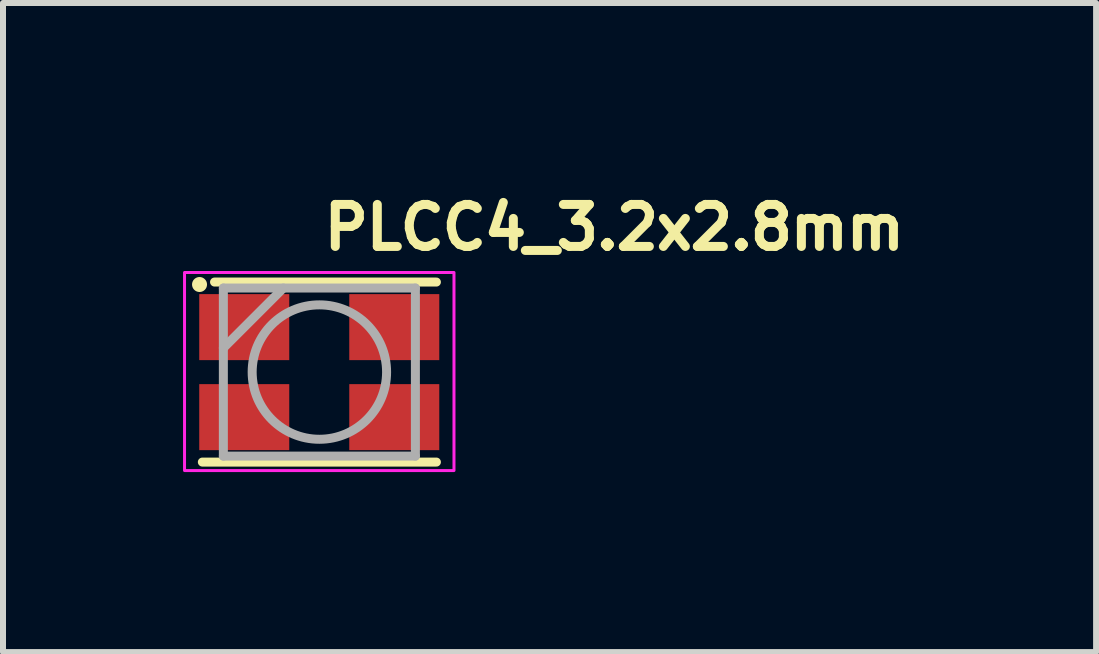
<source format=kicad_pcb>
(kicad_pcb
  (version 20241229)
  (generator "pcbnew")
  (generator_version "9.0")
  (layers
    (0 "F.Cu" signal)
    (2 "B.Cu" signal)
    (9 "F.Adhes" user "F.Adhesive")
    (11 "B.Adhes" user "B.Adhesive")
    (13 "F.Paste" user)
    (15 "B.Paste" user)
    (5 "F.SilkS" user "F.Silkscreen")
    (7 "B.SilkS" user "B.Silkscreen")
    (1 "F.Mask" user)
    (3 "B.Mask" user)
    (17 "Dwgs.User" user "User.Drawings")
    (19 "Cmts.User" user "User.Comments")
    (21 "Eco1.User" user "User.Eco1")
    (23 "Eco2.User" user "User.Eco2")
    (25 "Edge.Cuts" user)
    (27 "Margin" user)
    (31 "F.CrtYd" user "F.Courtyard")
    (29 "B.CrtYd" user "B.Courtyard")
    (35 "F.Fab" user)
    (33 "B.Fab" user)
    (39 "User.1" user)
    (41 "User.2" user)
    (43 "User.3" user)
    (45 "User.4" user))
  (footprint "PLCC4_3.2x2.8mm"
    (layer "F.Cu")
    (at 2.275 3.141)
    (property "Reference" "PLCC4_3.2x2.8mm" (at -0.003 -1.991 0) (unlocked yes) (layer "F.SilkS") (effects (font (size 0.7 0.7) (thickness 0.15)) (justify left bottom)))
    (attr smd)
    (fp_line (start -1.953 1.509) (end 1.947 1.509) (stroke (width 0.15) (type solid)) (layer "F.SilkS"))
    (fp_line (start -1.75 -1.491) (end 1.947 -1.491) (stroke (width 0.15) (type solid)) (layer "F.SilkS"))
    (fp_circle (center -2 -1.45) (end -1.95 -1.45) (stroke (width 0.15) (type solid)) (fill yes) (layer "F.SilkS"))
    (fp_rect (start -2.25 -1.65) (end 2.24 1.65) (stroke (width 0.05) (type solid)) (fill no) (layer "F.CrtYd"))
    (fp_line (start -1.603 -1.391) (end -1.603 1.409) (stroke (width 0.15) (type solid)) (layer "F.Fab"))
    (fp_line (start -1.603 1.409) (end 1.597 1.409) (stroke (width 0.15) (type solid)) (layer "F.Fab"))
    (fp_line (start -0.603 -1.391) (end -1.603 -0.391) (stroke (width 0.15) (type solid)) (layer "F.Fab"))
    (fp_line (start 1.597 -1.391) (end -1.603 -1.391) (stroke (width 0.15) (type solid)) (layer "F.Fab"))
    (fp_line (start 1.597 1.409) (end 1.597 -1.391) (stroke (width 0.15) (type solid)) (layer "F.Fab"))
    (fp_circle (center -0.003 0.009) (end 1.117 0.009) (stroke (width 0.15) (type solid)) (fill no) (layer "F.Fab"))
    (fp_rect (start -1.75 -1.4) (end 1.75 1.4) (stroke (width 0.1) (type solid)) (fill no) (layer "User.5"))
    (fp_line (start -1.75 -1.2) (end -1.65 -1.2) (stroke (width 0.02) (type solid)) (layer "User.9"))
    (fp_line (start -1.75 -0.5) (end -1.75 -1.2) (stroke (width 0.02) (type solid)) (layer "User.9"))
    (fp_line (start -1.75 0.5) (end -1.65 0.5) (stroke (width 0.02) (type solid)) (layer "User.9"))
    (fp_line (start -1.75 1.2) (end -1.75 0.5) (stroke (width 0.02) (type solid)) (layer "User.9"))
    (fp_line (start -1.65 -0.5) (end -1.75 -0.5) (stroke (width 0.02) (type solid)) (layer "User.9"))
    (fp_line (start -1.65 -0.5) (end -1.6 -0.5) (stroke (width 0.02) (type solid)) (layer "User.9"))
    (fp_line (start -1.65 1.2) (end -1.75 1.2) (stroke (width 0.02) (type solid)) (layer "User.9"))
    (fp_line (start -1.65 1.2) (end -1.6 1.2) (stroke (width 0.02) (type solid)) (layer "User.9"))
    (fp_line (start -1.6 -1.4) (end -1.6 -1.2) (stroke (width 0.02) (type solid)) (layer "User.9"))
    (fp_line (start -1.6 -1.2) (end -1.65 -1.2) (stroke (width 0.02) (type solid)) (layer "User.9"))
    (fp_line (start -1.6 -0.5) (end -1.6 0.5) (stroke (width 0.02) (type solid)) (layer "User.9"))
    (fp_line (start -1.6 0.5) (end -1.65 0.5) (stroke (width 0.02) (type solid)) (layer "User.9"))
    (fp_line (start -1.6 1.2) (end -1.6 1.4) (stroke (width 0.02) (type solid)) (layer "User.9"))
    (fp_line (start -1.6 1.4) (end 1.6 1.4) (stroke (width 0.02) (type solid)) (layer "User.9"))
    (fp_line (start -1.598 -1.399) (end -1.598 1.398) (stroke (width 0.02) (type solid)) (layer "User.9"))
    (fp_line (start -1.598 1.398) (end 1.599 1.398) (stroke (width 0.02) (type solid)) (layer "User.9"))
    (fp_line (start -1.573 -1.374) (end -1.598 -1.399) (stroke (width 0.02) (type solid)) (layer "User.9"))
    (fp_line (start -1.573 -1.374) (end -0.922 -1.374) (stroke (width 0.02) (type solid)) (layer "User.9"))
    (fp_line (start -1.573 -0.723) (end -1.573 -1.374) (stroke (width 0.02) (type solid)) (layer "User.9"))
    (fp_line (start -1.5 -0.797) (end -1.573 -0.723) (stroke (width 0.02) (type solid)) (layer "User.9"))
    (fp_line (start -1.5 -0.797) (end -1.5 1.3) (stroke (width 0.02) (type solid)) (layer "User.9"))
    (fp_line (start -1.5 -0.797) (end -0.996 -1.3) (stroke (width 0.02) (type solid)) (layer "User.9"))
    (fp_line (start -1.5 1.3) (end -1.598 1.398) (stroke (width 0.02) (type solid)) (layer "User.9"))
    (fp_line (start -1.5 1.3) (end 1.5 1.3) (stroke (width 0.02) (type solid)) (layer "User.9"))
    (fp_line (start -1.21 0) (end -1.207 0.08) (stroke (width 0.02) (type solid)) (layer "User.9"))
    (fp_line (start -1.209 -0.041) (end -1.21 0) (stroke (width 0.02) (type solid)) (layer "User.9"))
    (fp_line (start -1.207 -0.081) (end -1.209 -0.041) (stroke (width 0.02) (type solid)) (layer "User.9"))
    (fp_line (start -1.207 0.08) (end -1.199 0.16) (stroke (width 0.02) (type solid)) (layer "User.9"))
    (fp_line (start -1.204 -0.121) (end -1.207 -0.081) (stroke (width 0.02) (type solid)) (layer "User.9"))
    (fp_line (start -1.2 0) (end -1.197 0.08) (stroke (width 0.02) (type solid)) (layer "User.9"))
    (fp_line (start -1.199 -0.161) (end -1.204 -0.121) (stroke (width 0.02) (type solid)) (layer "User.9"))
    (fp_line (start -1.199 -0.04) (end -1.2 0) (stroke (width 0.02) (type solid)) (layer "User.9"))
    (fp_line (start -1.199 0.16) (end -1.186 0.238) (stroke (width 0.02) (type solid)) (layer "User.9"))
    (fp_line (start -1.197 -0.08) (end -1.199 -0.04) (stroke (width 0.02) (type solid)) (layer "User.9"))
    (fp_line (start -1.197 0.08) (end -1.189 0.159) (stroke (width 0.02) (type solid)) (layer "User.9"))
    (fp_line (start -1.194 -0.2) (end -1.199 -0.161) (stroke (width 0.02) (type solid)) (layer "User.9"))
    (fp_line (start -1.194 -0.12) (end -1.197 -0.08) (stroke (width 0.02) (type solid)) (layer "User.9"))
    (fp_line (start -1.189 -0.159) (end -1.194 -0.12) (stroke (width 0.02) (type solid)) (layer "User.9"))
    (fp_line (start -1.189 0.159) (end -1.176 0.236) (stroke (width 0.02) (type solid)) (layer "User.9"))
    (fp_line (start -1.186 -0.239) (end -1.194 -0.2) (stroke (width 0.02) (type solid)) (layer "User.9"))
    (fp_line (start -1.186 0.238) (end -1.168 0.315) (stroke (width 0.02) (type solid)) (layer "User.9"))
    (fp_line (start -1.183 -0.198) (end -1.189 -0.159) (stroke (width 0.02) (type solid)) (layer "User.9"))
    (fp_line (start -1.178 -0.278) (end -1.186 -0.239) (stroke (width 0.02) (type solid)) (layer "User.9"))
    (fp_line (start -1.176 -0.237) (end -1.183 -0.198) (stroke (width 0.02) (type solid)) (layer "User.9"))
    (fp_line (start -1.176 0.236) (end -1.158 0.313) (stroke (width 0.02) (type solid)) (layer "User.9"))
    (fp_line (start -1.168 -0.316) (end -1.178 -0.278) (stroke (width 0.02) (type solid)) (layer "User.9"))
    (fp_line (start -1.168 -0.276) (end -1.176 -0.237) (stroke (width 0.02) (type solid)) (layer "User.9"))
    (fp_line (start -1.168 0.315) (end -1.145 0.391) (stroke (width 0.02) (type solid)) (layer "User.9"))
    (fp_line (start -1.158 -0.314) (end -1.168 -0.276) (stroke (width 0.02) (type solid)) (layer "User.9"))
    (fp_line (start -1.158 0.313) (end -1.135 0.387) (stroke (width 0.02) (type solid)) (layer "User.9"))
    (fp_line (start -1.157 -0.354) (end -1.168 -0.316) (stroke (width 0.02) (type solid)) (layer "User.9"))
    (fp_line (start -1.147 -0.351) (end -1.158 -0.314) (stroke (width 0.02) (type solid)) (layer "User.9"))
    (fp_line (start -1.145 -0.392) (end -1.157 -0.354) (stroke (width 0.02) (type solid)) (layer "User.9"))
    (fp_line (start -1.145 0.391) (end -1.117 0.464) (stroke (width 0.02) (type solid)) (layer "User.9"))
    (fp_line (start -1.135 -0.388) (end -1.147 -0.351) (stroke (width 0.02) (type solid)) (layer "User.9"))
    (fp_line (start -1.135 0.387) (end -1.108 0.46) (stroke (width 0.02) (type solid)) (layer "User.9"))
    (fp_line (start -1.132 -0.429) (end -1.145 -0.392) (stroke (width 0.02) (type solid)) (layer "User.9"))
    (fp_line (start -1.122 -0.425) (end -1.135 -0.388) (stroke (width 0.02) (type solid)) (layer "User.9"))
    (fp_line (start -1.117 -0.465) (end -1.132 -0.429) (stroke (width 0.02) (type solid)) (layer "User.9"))
    (fp_line (start -1.117 0.464) (end -1.085 0.536) (stroke (width 0.02) (type solid)) (layer "User.9"))
    (fp_line (start -1.108 -0.461) (end -1.122 -0.425) (stroke (width 0.02) (type solid)) (layer "User.9"))
    (fp_line (start -1.108 0.46) (end -1.076 0.531) (stroke (width 0.02) (type solid)) (layer "User.9"))
    (fp_line (start -1.102 -0.501) (end -1.117 -0.465) (stroke (width 0.02) (type solid)) (layer "User.9"))
    (fp_line (start -1.092 -0.497) (end -1.108 -0.461) (stroke (width 0.02) (type solid)) (layer "User.9"))
    (fp_line (start -1.085 -0.537) (end -1.102 -0.501) (stroke (width 0.02) (type solid)) (layer "User.9"))
    (fp_line (start -1.085 0.536) (end -1.048 0.605) (stroke (width 0.02) (type solid)) (layer "User.9"))
    (fp_line (start -1.076 -0.532) (end -1.092 -0.497) (stroke (width 0.02) (type solid)) (layer "User.9"))
    (fp_line (start -1.076 0.531) (end -1.039 0.6) (stroke (width 0.02) (type solid)) (layer "User.9"))
    (fp_line (start -1.067 -0.571) (end -1.085 -0.537) (stroke (width 0.02) (type solid)) (layer "User.9"))
    (fp_line (start -1.058 -0.566) (end -1.076 -0.532) (stroke (width 0.02) (type solid)) (layer "User.9"))
    (fp_line (start -1.048 -0.606) (end -1.067 -0.571) (stroke (width 0.02) (type solid)) (layer "User.9"))
    (fp_line (start -1.048 0.605) (end -1.007 0.671) (stroke (width 0.02) (type solid)) (layer "User.9"))
    (fp_line (start -1.039 -0.6) (end -1.058 -0.566) (stroke (width 0.02) (type solid)) (layer "User.9"))
    (fp_line (start -1.039 0.6) (end -0.998 0.666) (stroke (width 0.02) (type solid)) (layer "User.9"))
    (fp_line (start -1.028 -0.639) (end -1.048 -0.606) (stroke (width 0.02) (type solid)) (layer "User.9"))
    (fp_line (start -1.019 -0.634) (end -1.039 -0.6) (stroke (width 0.02) (type solid)) (layer "User.9"))
    (fp_line (start -1.007 -0.672) (end -1.028 -0.639) (stroke (width 0.02) (type solid)) (layer "User.9"))
    (fp_line (start -1.007 0.671) (end -0.961 0.735) (stroke (width 0.02) (type solid)) (layer "User.9"))
    (fp_line (start -0.998 -0.666) (end -1.019 -0.634) (stroke (width 0.02) (type solid)) (layer "User.9"))
    (fp_line (start -0.998 0.666) (end -0.953 0.729) (stroke (width 0.02) (type solid)) (layer "User.9"))
    (fp_line (start -0.984 -0.704) (end -1.007 -0.672) (stroke (width 0.02) (type solid)) (layer "User.9"))
    (fp_line (start -0.976 -0.698) (end -0.998 -0.666) (stroke (width 0.02) (type solid)) (layer "User.9"))
    (fp_line (start -0.961 -0.736) (end -0.984 -0.704) (stroke (width 0.02) (type solid)) (layer "User.9"))
    (fp_line (start -0.961 0.735) (end -0.911 0.796) (stroke (width 0.02) (type solid)) (layer "User.9"))
    (fp_line (start -0.953 -0.73) (end -0.976 -0.698) (stroke (width 0.02) (type solid)) (layer "User.9"))
    (fp_line (start -0.953 0.729) (end -0.903 0.789) (stroke (width 0.02) (type solid)) (layer "User.9"))
    (fp_line (start -0.937 -0.767) (end -0.961 -0.736) (stroke (width 0.02) (type solid)) (layer "User.9"))
    (fp_line (start -0.929 -0.76) (end -0.953 -0.73) (stroke (width 0.02) (type solid)) (layer "User.9"))
    (fp_line (start -0.922 -1.374) (end -0.996 -1.3) (stroke (width 0.02) (type solid)) (layer "User.9"))
    (fp_line (start -0.911 -0.797) (end -0.937 -0.767) (stroke (width 0.02) (type solid)) (layer "User.9"))
    (fp_line (start -0.911 0.796) (end -0.857 0.854) (stroke (width 0.02) (type solid)) (layer "User.9"))
    (fp_line (start -0.903 -0.79) (end -0.929 -0.76) (stroke (width 0.02) (type solid)) (layer "User.9"))
    (fp_line (start -0.903 0.789) (end -0.85 0.846) (stroke (width 0.02) (type solid)) (layer "User.9"))
    (fp_line (start -0.885 -0.826) (end -0.911 -0.797) (stroke (width 0.02) (type solid)) (layer "User.9"))
    (fp_line (start -0.877 -0.819) (end -0.903 -0.79) (stroke (width 0.02) (type solid)) (layer "User.9"))
    (fp_line (start -0.857 -0.855) (end -0.885 -0.826) (stroke (width 0.02) (type solid)) (layer "User.9"))
    (fp_line (start -0.857 0.854) (end -0.8 0.908) (stroke (width 0.02) (type solid)) (layer "User.9"))
    (fp_line (start -0.85 -0.847) (end -0.877 -0.819) (stroke (width 0.02) (type solid)) (layer "User.9"))
    (fp_line (start -0.85 0.846) (end -0.793 0.9) (stroke (width 0.02) (type solid)) (layer "User.9"))
    (fp_line (start -0.829 -0.882) (end -0.857 -0.855) (stroke (width 0.02) (type solid)) (layer "User.9"))
    (fp_line (start -0.822 -0.874) (end -0.85 -0.847) (stroke (width 0.02) (type solid)) (layer "User.9"))
    (fp_line (start -0.8 -0.909) (end -0.829 -0.882) (stroke (width 0.02) (type solid)) (layer "User.9"))
    (fp_line (start -0.8 0.908) (end -0.738 0.959) (stroke (width 0.02) (type solid)) (layer "User.9"))
    (fp_line (start -0.793 -0.901) (end -0.822 -0.874) (stroke (width 0.02) (type solid)) (layer "User.9"))
    (fp_line (start -0.793 0.9) (end -0.732 0.95) (stroke (width 0.02) (type solid)) (layer "User.9"))
    (fp_line (start -0.77 -0.934) (end -0.8 -0.909) (stroke (width 0.02) (type solid)) (layer "User.9"))
    (fp_line (start -0.763 -0.926) (end -0.793 -0.901) (stroke (width 0.02) (type solid)) (layer "User.9"))
    (fp_line (start -0.738 -0.959) (end -0.77 -0.934) (stroke (width 0.02) (type solid)) (layer "User.9"))
    (fp_line (start -0.738 0.959) (end -0.673 1.005) (stroke (width 0.02) (type solid)) (layer "User.9"))
    (fp_line (start -0.732 -0.951) (end -0.763 -0.926) (stroke (width 0.02) (type solid)) (layer "User.9"))
    (fp_line (start -0.732 0.95) (end -0.668 0.997) (stroke (width 0.02) (type solid)) (layer "User.9"))
    (fp_line (start -0.706 -0.983) (end -0.738 -0.959) (stroke (width 0.02) (type solid)) (layer "User.9"))
    (fp_line (start -0.7 -0.975) (end -0.732 -0.951) (stroke (width 0.02) (type solid)) (layer "User.9"))
    (fp_line (start -0.673 -1.006) (end -0.706 -0.983) (stroke (width 0.02) (type solid)) (layer "User.9"))
    (fp_line (start -0.673 1.005) (end -0.605 1.048) (stroke (width 0.02) (type solid)) (layer "User.9"))
    (fp_line (start -0.668 -0.997) (end -0.7 -0.975) (stroke (width 0.02) (type solid)) (layer "User.9"))
    (fp_line (start -0.668 0.997) (end -0.6 1.039) (stroke (width 0.02) (type solid)) (layer "User.9"))
    (fp_line (start -0.64 -1.028) (end -0.673 -1.006) (stroke (width 0.02) (type solid)) (layer "User.9"))
    (fp_line (start -0.634 -1.019) (end -0.668 -0.997) (stroke (width 0.02) (type solid)) (layer "User.9"))
    (fp_line (start -0.605 -1.049) (end -0.64 -1.028) (stroke (width 0.02) (type solid)) (layer "User.9"))
    (fp_line (start -0.605 1.048) (end -0.534 1.086) (stroke (width 0.02) (type solid)) (layer "User.9"))
    (fp_line (start -0.6 -1.04) (end -0.634 -1.019) (stroke (width 0.02) (type solid)) (layer "User.9"))
    (fp_line (start -0.6 1.039) (end -0.529 1.077) (stroke (width 0.02) (type solid)) (layer "User.9"))
    (fp_line (start -0.534 -1.087) (end -0.605 -1.049) (stroke (width 0.02) (type solid)) (layer "User.9"))
    (fp_line (start -0.534 1.086) (end -0.461 1.119) (stroke (width 0.02) (type solid)) (layer "User.9"))
    (fp_line (start -0.529 -1.077) (end -0.6 -1.04) (stroke (width 0.02) (type solid)) (layer "User.9"))
    (fp_line (start -0.529 1.077) (end -0.457 1.109) (stroke (width 0.02) (type solid)) (layer "User.9"))
    (fp_line (start -0.461 -1.12) (end -0.534 -1.087) (stroke (width 0.02) (type solid)) (layer "User.9"))
    (fp_line (start -0.461 1.119) (end -0.386 1.147) (stroke (width 0.02) (type solid)) (layer "User.9"))
    (fp_line (start -0.457 -1.11) (end -0.529 -1.077) (stroke (width 0.02) (type solid)) (layer "User.9"))
    (fp_line (start -0.457 1.109) (end -0.383 1.137) (stroke (width 0.02) (type solid)) (layer "User.9"))
    (fp_line (start -0.386 -1.148) (end -0.461 -1.12) (stroke (width 0.02) (type solid)) (layer "User.9"))
    (fp_line (start -0.386 1.147) (end -0.31 1.17) (stroke (width 0.02) (type solid)) (layer "User.9"))
    (fp_line (start -0.383 -1.138) (end -0.457 -1.11) (stroke (width 0.02) (type solid)) (layer "User.9"))
    (fp_line (start -0.383 1.137) (end -0.308 1.159) (stroke (width 0.02) (type solid)) (layer "User.9"))
    (fp_line (start -0.31 -1.17) (end -0.386 -1.148) (stroke (width 0.02) (type solid)) (layer "User.9"))
    (fp_line (start -0.31 1.17) (end -0.234 1.187) (stroke (width 0.02) (type solid)) (layer "User.9"))
    (fp_line (start -0.308 -1.16) (end -0.383 -1.138) (stroke (width 0.02) (type solid)) (layer "User.9"))
    (fp_line (start -0.308 1.159) (end -0.232 1.177) (stroke (width 0.02) (type solid)) (layer "User.9"))
    (fp_line (start -0.234 -1.188) (end -0.31 -1.17) (stroke (width 0.02) (type solid)) (layer "User.9"))
    (fp_line (start -0.234 1.187) (end -0.156 1.2) (stroke (width 0.02) (type solid)) (layer "User.9"))
    (fp_line (start -0.232 -1.178) (end -0.308 -1.16) (stroke (width 0.02) (type solid)) (layer "User.9"))
    (fp_line (start -0.232 1.177) (end -0.155 1.19) (stroke (width 0.02) (type solid)) (layer "User.9"))
    (fp_line (start -0.156 -1.201) (end -0.234 -1.188) (stroke (width 0.02) (type solid)) (layer "User.9"))
    (fp_line (start -0.156 1.2) (end -0.078 1.208) (stroke (width 0.02) (type solid)) (layer "User.9"))
    (fp_line (start -0.155 -1.19) (end -0.232 -1.178) (stroke (width 0.02) (type solid)) (layer "User.9"))
    (fp_line (start -0.155 1.19) (end -0.077 1.197) (stroke (width 0.02) (type solid)) (layer "User.9"))
    (fp_line (start -0.078 -1.208) (end -0.156 -1.201) (stroke (width 0.02) (type solid)) (layer "User.9"))
    (fp_line (start -0.078 1.208) (end 0 1.21) (stroke (width 0.02) (type solid)) (layer "User.9"))
    (fp_line (start -0.077 -1.198) (end -0.155 -1.19) (stroke (width 0.02) (type solid)) (layer "User.9"))
    (fp_line (start -0.077 1.197) (end 0 1.2) (stroke (width 0.02) (type solid)) (layer "User.9"))
    (fp_line (start 0 -1.211) (end -0.078 -1.208) (stroke (width 0.02) (type solid)) (layer "User.9"))
    (fp_line (start 0 -1.2) (end -0.077 -1.198) (stroke (width 0.02) (type solid)) (layer "User.9"))
    (fp_line (start 0 1.2) (end 0.078 1.197) (stroke (width 0.02) (type solid)) (layer "User.9"))
    (fp_line (start 0 1.21) (end 0.079 1.208) (stroke (width 0.02) (type solid)) (layer "User.9"))
    (fp_line (start 0.078 -1.198) (end 0 -1.2) (stroke (width 0.02) (type solid)) (layer "User.9"))
    (fp_line (start 0.078 1.197) (end 0.155 1.19) (stroke (width 0.02) (type solid)) (layer "User.9"))
    (fp_line (start 0.079 -1.208) (end 0 -1.211) (stroke (width 0.02) (type solid)) (layer "User.9"))
    (fp_line (start 0.079 1.208) (end 0.157 1.2) (stroke (width 0.02) (type solid)) (layer "User.9"))
    (fp_line (start 0.155 -1.19) (end 0.078 -1.198) (stroke (width 0.02) (type solid)) (layer "User.9"))
    (fp_line (start 0.155 1.19) (end 0.232 1.177) (stroke (width 0.02) (type solid)) (layer "User.9"))
    (fp_line (start 0.157 -1.201) (end 0.079 -1.208) (stroke (width 0.02) (type solid)) (layer "User.9"))
    (fp_line (start 0.157 1.2) (end 0.234 1.187) (stroke (width 0.02) (type solid)) (layer "User.9"))
    (fp_line (start 0.232 -1.178) (end 0.155 -1.19) (stroke (width 0.02) (type solid)) (layer "User.9"))
    (fp_line (start 0.232 1.177) (end 0.308 1.159) (stroke (width 0.02) (type solid)) (layer "User.9"))
    (fp_line (start 0.234 -1.188) (end 0.157 -1.201) (stroke (width 0.02) (type solid)) (layer "User.9"))
    (fp_line (start 0.234 1.187) (end 0.311 1.17) (stroke (width 0.02) (type solid)) (layer "User.9"))
    (fp_line (start 0.308 -1.16) (end 0.232 -1.178) (stroke (width 0.02) (type solid)) (layer "User.9"))
    (fp_line (start 0.308 1.159) (end 0.384 1.137) (stroke (width 0.02) (type solid)) (layer "User.9"))
    (fp_line (start 0.311 -1.17) (end 0.234 -1.188) (stroke (width 0.02) (type solid)) (layer "User.9"))
    (fp_line (start 0.311 1.17) (end 0.387 1.147) (stroke (width 0.02) (type solid)) (layer "User.9"))
    (fp_line (start 0.384 -1.138) (end 0.308 -1.16) (stroke (width 0.02) (type solid)) (layer "User.9"))
    (fp_line (start 0.384 1.137) (end 0.457 1.109) (stroke (width 0.02) (type solid)) (layer "User.9"))
    (fp_line (start 0.387 -1.148) (end 0.311 -1.17) (stroke (width 0.02) (type solid)) (layer "User.9"))
    (fp_line (start 0.387 1.147) (end 0.461 1.119) (stroke (width 0.02) (type solid)) (layer "User.9"))
    (fp_line (start 0.457 -1.11) (end 0.384 -1.138) (stroke (width 0.02) (type solid)) (layer "User.9"))
    (fp_line (start 0.457 1.109) (end 0.53 1.077) (stroke (width 0.02) (type solid)) (layer "User.9"))
    (fp_line (start 0.461 -1.12) (end 0.387 -1.148) (stroke (width 0.02) (type solid)) (layer "User.9"))
    (fp_line (start 0.461 1.119) (end 0.534 1.086) (stroke (width 0.02) (type solid)) (layer "User.9"))
    (fp_line (start 0.53 -1.077) (end 0.457 -1.11) (stroke (width 0.02) (type solid)) (layer "User.9"))
    (fp_line (start 0.53 1.077) (end 0.6 1.039) (stroke (width 0.02) (type solid)) (layer "User.9"))
    (fp_line (start 0.534 -1.087) (end 0.461 -1.12) (stroke (width 0.02) (type solid)) (layer "User.9"))
    (fp_line (start 0.534 1.086) (end 0.606 1.048) (stroke (width 0.02) (type solid)) (layer "User.9"))
    (fp_line (start 0.6 -1.04) (end 0.53 -1.077) (stroke (width 0.02) (type solid)) (layer "User.9"))
    (fp_line (start 0.6 1.039) (end 0.635 1.018) (stroke (width 0.02) (type solid)) (layer "User.9"))
    (fp_line (start 0.606 -1.049) (end 0.534 -1.087) (stroke (width 0.02) (type solid)) (layer "User.9"))
    (fp_line (start 0.606 1.048) (end 0.64 1.027) (stroke (width 0.02) (type solid)) (layer "User.9"))
    (fp_line (start 0.635 1.018) (end 0.668 0.997) (stroke (width 0.02) (type solid)) (layer "User.9"))
    (fp_line (start 0.64 1.027) (end 0.674 1.005) (stroke (width 0.02) (type solid)) (layer "User.9"))
    (fp_line (start 0.668 -0.997) (end 0.6 -1.04) (stroke (width 0.02) (type solid)) (layer "User.9"))
    (fp_line (start 0.668 0.997) (end 0.701 0.974) (stroke (width 0.02) (type solid)) (layer "User.9"))
    (fp_line (start 0.674 -1.006) (end 0.606 -1.049) (stroke (width 0.02) (type solid)) (layer "User.9"))
    (fp_line (start 0.674 1.005) (end 0.707 0.982) (stroke (width 0.02) (type solid)) (layer "User.9"))
    (fp_line (start 0.701 0.974) (end 0.733 0.95) (stroke (width 0.02) (type solid)) (layer "User.9"))
    (fp_line (start 0.707 0.982) (end 0.739 0.959) (stroke (width 0.02) (type solid)) (layer "User.9"))
    (fp_line (start 0.733 -0.951) (end 0.668 -0.997) (stroke (width 0.02) (type solid)) (layer "User.9"))
    (fp_line (start 0.733 0.95) (end 0.764 0.926) (stroke (width 0.02) (type solid)) (layer "User.9"))
    (fp_line (start 0.739 -0.959) (end 0.674 -1.006) (stroke (width 0.02) (type solid)) (layer "User.9"))
    (fp_line (start 0.739 0.959) (end 0.77 0.934) (stroke (width 0.02) (type solid)) (layer "User.9"))
    (fp_line (start 0.764 0.926) (end 0.794 0.9) (stroke (width 0.02) (type solid)) (layer "User.9"))
    (fp_line (start 0.77 0.934) (end 0.801 0.908) (stroke (width 0.02) (type solid)) (layer "User.9"))
    (fp_line (start 0.794 -0.901) (end 0.733 -0.951) (stroke (width 0.02) (type solid)) (layer "User.9"))
    (fp_line (start 0.794 0.9) (end 0.823 0.874) (stroke (width 0.02) (type solid)) (layer "User.9"))
    (fp_line (start 0.801 -0.909) (end 0.739 -0.959) (stroke (width 0.02) (type solid)) (layer "User.9"))
    (fp_line (start 0.801 0.908) (end 0.83 0.881) (stroke (width 0.02) (type solid)) (layer "User.9"))
    (fp_line (start 0.823 0.874) (end 0.851 0.846) (stroke (width 0.02) (type solid)) (layer "User.9"))
    (fp_line (start 0.83 0.881) (end 0.858 0.854) (stroke (width 0.02) (type solid)) (layer "User.9"))
    (fp_line (start 0.851 -0.847) (end 0.794 -0.901) (stroke (width 0.02) (type solid)) (layer "User.9"))
    (fp_line (start 0.851 0.846) (end 0.878 0.818) (stroke (width 0.02) (type solid)) (layer "User.9"))
    (fp_line (start 0.858 -0.855) (end 0.801 -0.909) (stroke (width 0.02) (type solid)) (layer "User.9"))
    (fp_line (start 0.858 0.854) (end 0.886 0.825) (stroke (width 0.02) (type solid)) (layer "User.9"))
    (fp_line (start 0.878 0.818) (end 0.904 0.789) (stroke (width 0.02) (type solid)) (layer "User.9"))
    (fp_line (start 0.886 0.825) (end 0.912 0.796) (stroke (width 0.02) (type solid)) (layer "User.9"))
    (fp_line (start 0.904 -0.79) (end 0.851 -0.847) (stroke (width 0.02) (type solid)) (layer "User.9"))
    (fp_line (start 0.904 0.789) (end 0.929 0.759) (stroke (width 0.02) (type solid)) (layer "User.9"))
    (fp_line (start 0.912 -0.797) (end 0.858 -0.855) (stroke (width 0.02) (type solid)) (layer "User.9"))
    (fp_line (start 0.912 0.796) (end 0.937 0.766) (stroke (width 0.02) (type solid)) (layer "User.9"))
    (fp_line (start 0.929 0.759) (end 0.953 0.729) (stroke (width 0.02) (type solid)) (layer "User.9"))
    (fp_line (start 0.937 0.766) (end 0.962 0.735) (stroke (width 0.02) (type solid)) (layer "User.9"))
    (fp_line (start 0.953 -0.73) (end 0.904 -0.79) (stroke (width 0.02) (type solid)) (layer "User.9"))
    (fp_line (start 0.953 0.729) (end 0.976 0.698) (stroke (width 0.02) (type solid)) (layer "User.9"))
    (fp_line (start 0.962 -0.736) (end 0.912 -0.797) (stroke (width 0.02) (type solid)) (layer "User.9"))
    (fp_line (start 0.962 0.735) (end 0.985 0.704) (stroke (width 0.02) (type solid)) (layer "User.9"))
    (fp_line (start 0.976 0.698) (end 0.999 0.666) (stroke (width 0.02) (type solid)) (layer "User.9"))
    (fp_line (start 0.985 0.704) (end 1.007 0.671) (stroke (width 0.02) (type solid)) (layer "User.9"))
    (fp_line (start 0.999 -0.666) (end 0.953 -0.73) (stroke (width 0.02) (type solid)) (layer "User.9"))
    (fp_line (start 0.999 0.666) (end 1.02 0.633) (stroke (width 0.02) (type solid)) (layer "User.9"))
    (fp_line (start 1.007 -0.672) (end 0.962 -0.736) (stroke (width 0.02) (type solid)) (layer "User.9"))
    (fp_line (start 1.007 0.671) (end 1.029 0.638) (stroke (width 0.02) (type solid)) (layer "User.9"))
    (fp_line (start 1.02 0.633) (end 1.04 0.6) (stroke (width 0.02) (type solid)) (layer "User.9"))
    (fp_line (start 1.029 0.638) (end 1.049 0.605) (stroke (width 0.02) (type solid)) (layer "User.9"))
    (fp_line (start 1.04 -0.6) (end 0.999 -0.666) (stroke (width 0.02) (type solid)) (layer "User.9"))
    (fp_line (start 1.04 0.6) (end 1.058 0.566) (stroke (width 0.02) (type solid)) (layer "User.9"))
    (fp_line (start 1.049 -0.606) (end 1.007 -0.672) (stroke (width 0.02) (type solid)) (layer "User.9"))
    (fp_line (start 1.049 0.605) (end 1.068 0.571) (stroke (width 0.02) (type solid)) (layer "User.9"))
    (fp_line (start 1.058 0.566) (end 1.076 0.531) (stroke (width 0.02) (type solid)) (layer "User.9"))
    (fp_line (start 1.068 0.571) (end 1.086 0.536) (stroke (width 0.02) (type solid)) (layer "User.9"))
    (fp_line (start 1.076 -0.532) (end 1.04 -0.6) (stroke (width 0.02) (type solid)) (layer "User.9"))
    (fp_line (start 1.076 0.531) (end 1.093 0.496) (stroke (width 0.02) (type solid)) (layer "User.9"))
    (fp_line (start 1.086 -0.537) (end 1.049 -0.606) (stroke (width 0.02) (type solid)) (layer "User.9"))
    (fp_line (start 1.086 0.536) (end 1.102 0.5) (stroke (width 0.02) (type solid)) (layer "User.9"))
    (fp_line (start 1.093 0.496) (end 1.108 0.46) (stroke (width 0.02) (type solid)) (layer "User.9"))
    (fp_line (start 1.102 0.5) (end 1.118 0.464) (stroke (width 0.02) (type solid)) (layer "User.9"))
    (fp_line (start 1.108 -0.461) (end 1.076 -0.532) (stroke (width 0.02) (type solid)) (layer "User.9"))
    (fp_line (start 1.108 0.46) (end 1.123 0.424) (stroke (width 0.02) (type solid)) (layer "User.9"))
    (fp_line (start 1.118 -0.465) (end 1.086 -0.537) (stroke (width 0.02) (type solid)) (layer "User.9"))
    (fp_line (start 1.118 0.464) (end 1.133 0.428) (stroke (width 0.02) (type solid)) (layer "User.9"))
    (fp_line (start 1.123 0.424) (end 1.136 0.387) (stroke (width 0.02) (type solid)) (layer "User.9"))
    (fp_line (start 1.133 0.428) (end 1.146 0.391) (stroke (width 0.02) (type solid)) (layer "User.9"))
    (fp_line (start 1.136 -0.388) (end 1.108 -0.461) (stroke (width 0.02) (type solid)) (layer "User.9"))
    (fp_line (start 1.136 0.387) (end 1.148 0.35) (stroke (width 0.02) (type solid)) (layer "User.9"))
    (fp_line (start 1.146 -0.392) (end 1.118 -0.465) (stroke (width 0.02) (type solid)) (layer "User.9"))
    (fp_line (start 1.146 0.391) (end 1.158 0.353) (stroke (width 0.02) (type solid)) (layer "User.9"))
    (fp_line (start 1.148 0.35) (end 1.159 0.313) (stroke (width 0.02) (type solid)) (layer "User.9"))
    (fp_line (start 1.158 0.353) (end 1.169 0.315) (stroke (width 0.02) (type solid)) (layer "User.9"))
    (fp_line (start 1.159 -0.314) (end 1.136 -0.388) (stroke (width 0.02) (type solid)) (layer "User.9"))
    (fp_line (start 1.159 0.313) (end 1.168 0.275) (stroke (width 0.02) (type solid)) (layer "User.9"))
    (fp_line (start 1.168 0.275) (end 1.177 0.236) (stroke (width 0.02) (type solid)) (layer "User.9"))
    (fp_line (start 1.169 -0.316) (end 1.146 -0.392) (stroke (width 0.02) (type solid)) (layer "User.9"))
    (fp_line (start 1.169 0.315) (end 1.179 0.277) (stroke (width 0.02) (type solid)) (layer "User.9"))
    (fp_line (start 1.177 -0.237) (end 1.159 -0.314) (stroke (width 0.02) (type solid)) (layer "User.9"))
    (fp_line (start 1.177 0.236) (end 1.184 0.198) (stroke (width 0.02) (type solid)) (layer "User.9"))
    (fp_line (start 1.179 0.277) (end 1.187 0.238) (stroke (width 0.02) (type solid)) (layer "User.9"))
    (fp_line (start 1.184 0.198) (end 1.19 0.159) (stroke (width 0.02) (type solid)) (layer "User.9"))
    (fp_line (start 1.187 -0.239) (end 1.169 -0.316) (stroke (width 0.02) (type solid)) (layer "User.9"))
    (fp_line (start 1.187 0.238) (end 1.194 0.199) (stroke (width 0.02) (type solid)) (layer "User.9"))
    (fp_line (start 1.19 -0.159) (end 1.177 -0.237) (stroke (width 0.02) (type solid)) (layer "User.9"))
    (fp_line (start 1.19 0.159) (end 1.194 0.119) (stroke (width 0.02) (type solid)) (layer "User.9"))
    (fp_line (start 1.194 0.119) (end 1.198 0.08) (stroke (width 0.02) (type solid)) (layer "User.9"))
    (fp_line (start 1.194 0.199) (end 1.2 0.16) (stroke (width 0.02) (type solid)) (layer "User.9"))
    (fp_line (start 1.198 -0.08) (end 1.19 -0.159) (stroke (width 0.02) (type solid)) (layer "User.9"))
    (fp_line (start 1.198 0.08) (end 1.2 0.04) (stroke (width 0.02) (type solid)) (layer "User.9"))
    (fp_line (start 1.2 -0.161) (end 1.187 -0.239) (stroke (width 0.02) (type solid)) (layer "User.9"))
    (fp_line (start 1.2 0) (end 1.198 -0.08) (stroke (width 0.02) (type solid)) (layer "User.9"))
    (fp_line (start 1.2 0.04) (end 1.2 0) (stroke (width 0.02) (type solid)) (layer "User.9"))
    (fp_line (start 1.2 0.16) (end 1.205 0.12) (stroke (width 0.02) (type solid)) (layer "User.9"))
    (fp_line (start 1.205 0.12) (end 1.208 0.08) (stroke (width 0.02) (type solid)) (layer "User.9"))
    (fp_line (start 1.208 -0.081) (end 1.2 -0.161) (stroke (width 0.02) (type solid)) (layer "User.9"))
    (fp_line (start 1.208 0.08) (end 1.21 0.04) (stroke (width 0.02) (type solid)) (layer "User.9"))
    (fp_line (start 1.21 0.04) (end 1.211 0) (stroke (width 0.02) (type solid)) (layer "User.9"))
    (fp_line (start 1.211 0) (end 1.208 -0.081) (stroke (width 0.02) (type solid)) (layer "User.9"))
    (fp_line (start 1.5 -1.3) (end -0.996 -1.3) (stroke (width 0.02) (type solid)) (layer "User.9"))
    (fp_line (start 1.5 -1.3) (end 1.599 -1.399) (stroke (width 0.02) (type solid)) (layer "User.9"))
    (fp_line (start 1.5 1.3) (end 1.5 -1.3) (stroke (width 0.02) (type solid)) (layer "User.9"))
    (fp_line (start 1.5 1.3) (end 1.599 1.398) (stroke (width 0.02) (type solid)) (layer "User.9"))
    (fp_line (start 1.599 -1.399) (end -1.598 -1.399) (stroke (width 0.02) (type solid)) (layer "User.9"))
    (fp_line (start 1.599 1.398) (end 1.599 -1.399) (stroke (width 0.02) (type solid)) (layer "User.9"))
    (fp_line (start 1.6 -1.4) (end -1.6 -1.4) (stroke (width 0.02) (type solid)) (layer "User.9"))
    (fp_line (start 1.6 -1.2) (end 1.6 -1.4) (stroke (width 0.02) (type solid)) (layer "User.9"))
    (fp_line (start 1.6 -0.5) (end 1.65 -0.5) (stroke (width 0.02) (type solid)) (layer "User.9"))
    (fp_line (start 1.6 0.5) (end 1.6 -0.5) (stroke (width 0.02) (type solid)) (layer "User.9"))
    (fp_line (start 1.6 1.2) (end 1.65 1.2) (stroke (width 0.02) (type solid)) (layer "User.9"))
    (fp_line (start 1.6 1.4) (end 1.6 1.2) (stroke (width 0.02) (type solid)) (layer "User.9"))
    (fp_line (start 1.65 -1.2) (end 1.6 -1.2) (stroke (width 0.02) (type solid)) (layer "User.9"))
    (fp_line (start 1.65 -1.2) (end 1.75 -1.2) (stroke (width 0.02) (type solid)) (layer "User.9"))
    (fp_line (start 1.65 0.5) (end 1.6 0.5) (stroke (width 0.02) (type solid)) (layer "User.9"))
    (fp_line (start 1.65 0.5) (end 1.75 0.5) (stroke (width 0.02) (type solid)) (layer "User.9"))
    (fp_line (start 1.75 -1.2) (end 1.75 -0.5) (stroke (width 0.02) (type solid)) (layer "User.9"))
    (fp_line (start 1.75 -0.5) (end 1.65 -0.5) (stroke (width 0.02) (type solid)) (layer "User.9"))
    (fp_line (start 1.75 0.5) (end 1.75 1.2) (stroke (width 0.02) (type solid)) (layer "User.9"))
    (fp_line (start 1.75 1.2) (end 1.65 1.2) (stroke (width 0.02) (type solid)) (layer "User.9"))
    (fp_line (start 1.75 1.2) (end 1.75 0.5) (stroke (width 0.02) (type solid)) (layer "User.9"))
    (pad "1" smd rect (at -1.255 -0.74) (size 1.5 1.1) (layers "F.Cu" "F.Mask" "F.Paste"))
    (pad "2" smd rect (at 1.245 -0.74) (size 1.5 1.1) (layers "F.Cu" "F.Mask" "F.Paste"))
    (pad "3" smd rect (at 1.245 0.76) (size 1.5 1.1) (layers "F.Cu" "F.Mask" "F.Paste"))
    (pad "4" smd rect (at -1.255 0.76) (size 1.5 1.1) (layers "F.Cu" "F.Mask" "F.Paste")))
  (gr_rect
    (start -3 -3)
    (end 15.215 7.816)
    (stroke (width 0.1) (type default))
    (fill no)
    (layer "Edge.Cuts")))
</source>
